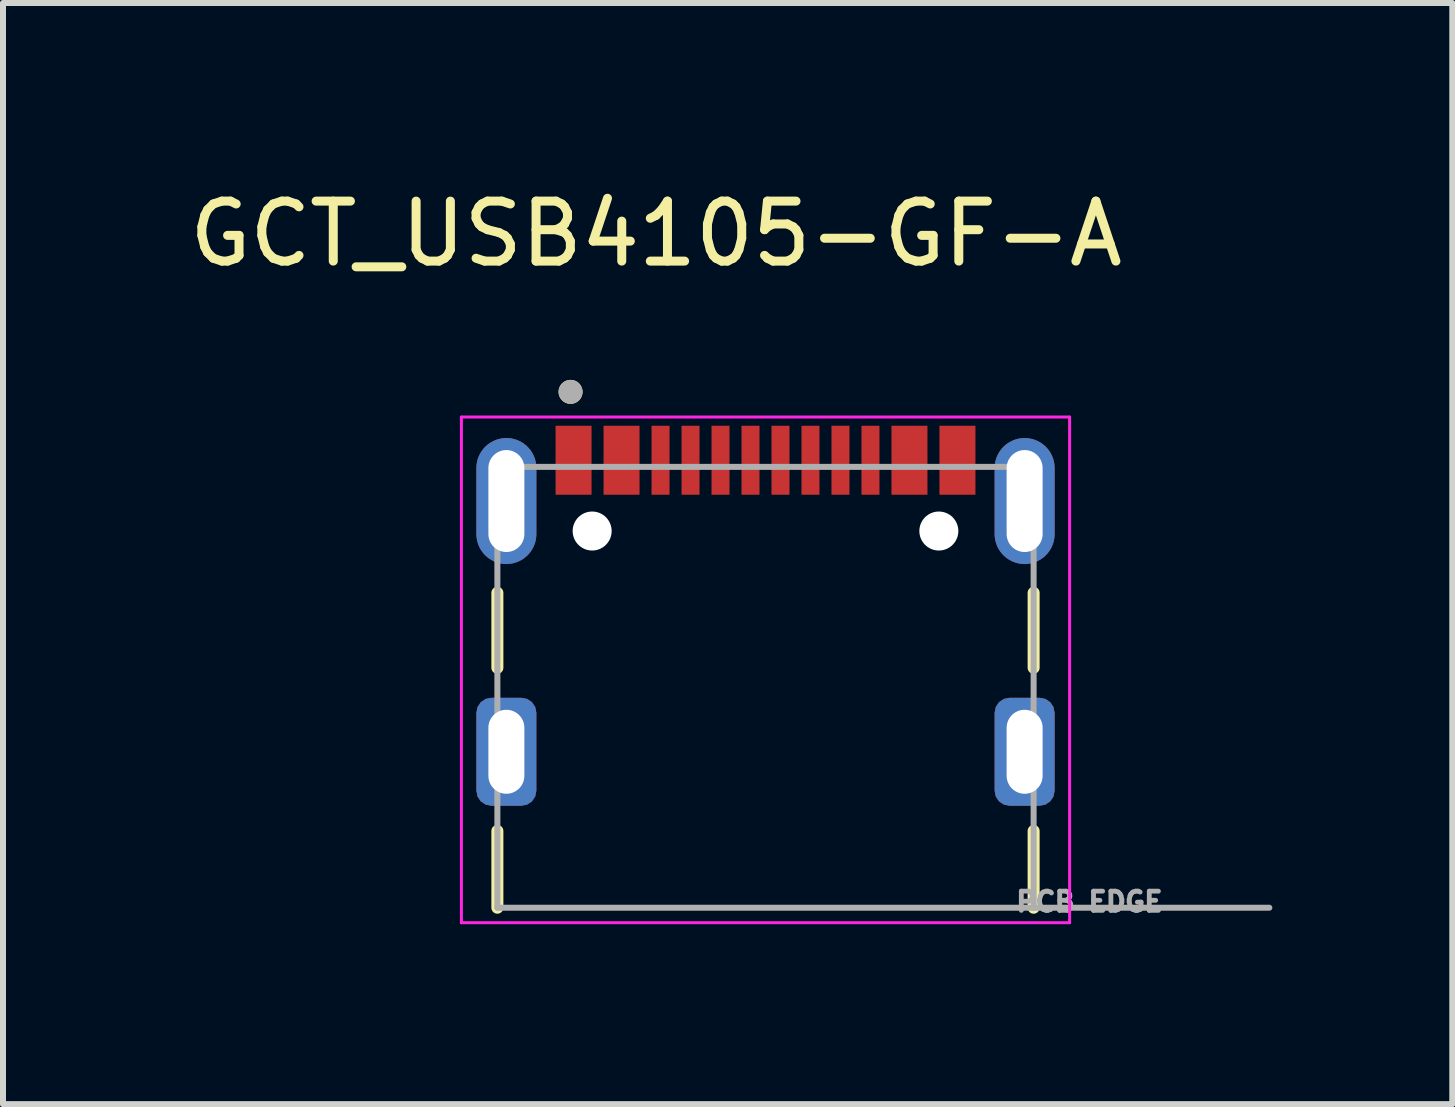
<source format=kicad_pcb>
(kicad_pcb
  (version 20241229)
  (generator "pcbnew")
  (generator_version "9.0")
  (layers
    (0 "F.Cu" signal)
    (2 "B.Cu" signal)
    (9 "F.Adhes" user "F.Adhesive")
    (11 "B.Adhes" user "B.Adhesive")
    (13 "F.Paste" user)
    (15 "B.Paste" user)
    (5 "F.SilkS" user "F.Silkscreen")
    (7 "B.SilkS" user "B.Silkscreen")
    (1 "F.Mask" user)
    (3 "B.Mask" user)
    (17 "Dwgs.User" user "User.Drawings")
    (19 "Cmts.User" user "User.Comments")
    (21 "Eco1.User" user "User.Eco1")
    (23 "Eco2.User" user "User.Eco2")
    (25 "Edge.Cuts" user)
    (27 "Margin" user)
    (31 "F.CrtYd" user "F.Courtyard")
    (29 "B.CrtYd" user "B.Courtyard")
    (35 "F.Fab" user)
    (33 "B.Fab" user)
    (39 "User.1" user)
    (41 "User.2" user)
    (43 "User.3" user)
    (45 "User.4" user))
  (footprint "GCT_USB4105-GF-A"
    (layer "F.Cu")
    (at 9.712 9.483)
    (property "Reference" "GCT_USB4105-GF-A" (at -1.825 -8.635 0) (layer "F.SilkS") (effects (font (size 1 1) (thickness 0.15))))
    (attr smd)
    (fp_line (start -4.47 -2.65) (end -4.47 -1.4) (stroke (width 0.2) (type solid)) (layer "F.SilkS"))
    (fp_line (start -4.47 1.32) (end -4.47 2.6) (stroke (width 0.2) (type solid)) (layer "F.SilkS"))
    (fp_line (start 4.47 -2.65) (end 4.47 -1.4) (stroke (width 0.2) (type solid)) (layer "F.SilkS"))
    (fp_line (start 4.47 2.6) (end 4.47 1.32) (stroke (width 0.2) (type solid)) (layer "F.SilkS"))
    (fp_circle (center -3.25 -6) (end -3.15 -6) (stroke (width 0.2) (type solid)) (fill no) (layer "F.SilkS"))
    (fp_line (start -5.07 -5.58) (end -5.07 2.85) (stroke (width 0.05) (type solid)) (layer "F.CrtYd"))
    (fp_line (start -5.07 2.85) (end 5.07 2.85) (stroke (width 0.05) (type solid)) (layer "F.CrtYd"))
    (fp_line (start 5.07 -5.58) (end -5.07 -5.58) (stroke (width 0.05) (type solid)) (layer "F.CrtYd"))
    (fp_line (start 5.07 2.85) (end 5.07 -5.58) (stroke (width 0.05) (type solid)) (layer "F.CrtYd"))
    (fp_line (start -4.47 -4.75) (end 4.47 -4.75) (stroke (width 0.1) (type solid)) (layer "F.Fab"))
    (fp_line (start -4.47 2.6) (end -4.47 -4.75) (stroke (width 0.1) (type solid)) (layer "F.Fab"))
    (fp_line (start 4.47 -4.75) (end 4.47 2.6) (stroke (width 0.1) (type solid)) (layer "F.Fab"))
    (fp_line (start 4.47 2.6) (end -4.47 2.6) (stroke (width 0.1) (type solid)) (layer "F.Fab"))
    (fp_line (start 4.47 2.6) (end 8.4 2.6) (stroke (width 0.1) (type solid)) (layer "F.Fab"))
    (fp_circle (center -3.25 -6) (end -3.15 -6) (stroke (width 0.2) (type solid)) (fill no) (layer "F.Fab"))
    (fp_text user "PCB EDGE" (at 5.4 2.5 0) (layer "F.Fab") (effects (font (size 0.32 0.32) (thickness 0.08))))
    (pad "" np_thru_hole circle (at -2.89 -3.68) (size 0.65 0.65) (drill 0.65) (layers "*.Cu" "*.Mask"))
    (pad "" np_thru_hole circle (at 2.89 -3.68) (size 0.65 0.65) (drill 0.65) (layers "*.Cu" "*.Mask"))
    (pad "A1_B12" smd rect (at -3.2 -4.86) (size 0.6 1.15) (layers "F.Cu" "F.Mask" "F.Paste"))
    (pad "A4_B9" smd rect (at -2.4 -4.86) (size 0.6 1.15) (layers "F.Cu" "F.Mask" "F.Paste"))
    (pad "A5" smd rect (at -1.25 -4.86) (size 0.3 1.15) (layers "F.Cu" "F.Mask" "F.Paste"))
    (pad "A6" smd rect (at -0.25 -4.86) (size 0.3 1.15) (layers "F.Cu" "F.Mask" "F.Paste"))
    (pad "A7" smd rect (at 0.25 -4.86) (size 0.3 1.15) (layers "F.Cu" "F.Mask" "F.Paste"))
    (pad "A8" smd rect (at 1.25 -4.86) (size 0.3 1.15) (layers "F.Cu" "F.Mask" "F.Paste"))
    (pad "B1_A12" smd rect (at 3.2 -4.86) (size 0.6 1.15) (layers "F.Cu" "F.Mask" "F.Paste"))
    (pad "B4_A9" smd rect (at 2.4 -4.86) (size 0.6 1.15) (layers "F.Cu" "F.Mask" "F.Paste"))
    (pad "B5" smd rect (at 1.75 -4.86) (size 0.3 1.15) (layers "F.Cu" "F.Mask" "F.Paste"))
    (pad "B6" smd rect (at 0.75 -4.86) (size 0.3 1.15) (layers "F.Cu" "F.Mask" "F.Paste"))
    (pad "B7" smd rect (at -0.75 -4.86) (size 0.3 1.15) (layers "F.Cu" "F.Mask" "F.Paste"))
    (pad "B8" smd rect (at -1.75 -4.86) (size 0.3 1.15) (layers "F.Cu" "F.Mask" "F.Paste"))
    (pad "SH1" thru_hole oval (at -4.32 -4.18) (size 1 2.1) (drill oval 0.6 1.7) (layers "*.Cu" "*.Mask"))
    (pad "SH2" thru_hole oval (at 4.32 -4.18) (size 1 2.1) (drill oval 0.6 1.7) (layers "*.Cu" "*.Mask"))
    (pad "SH3" thru_hole roundrect (at -4.32 0) (size 1 1.8) (drill oval 0.6 1.4) (layers "*.Cu" "*.Mask") (roundrect_rratio 0.25))
    (pad "SH4" thru_hole roundrect (at 4.32 0) (size 1 1.8) (drill oval 0.6 1.4) (layers "*.Cu" "*.Mask") (roundrect_rratio 0.25)))
  (gr_rect
    (start -3 -3)
    (end 21.162 15.358)
    (stroke (width 0.1) (type default))
    (fill no)
    (layer "Edge.Cuts")))
</source>
